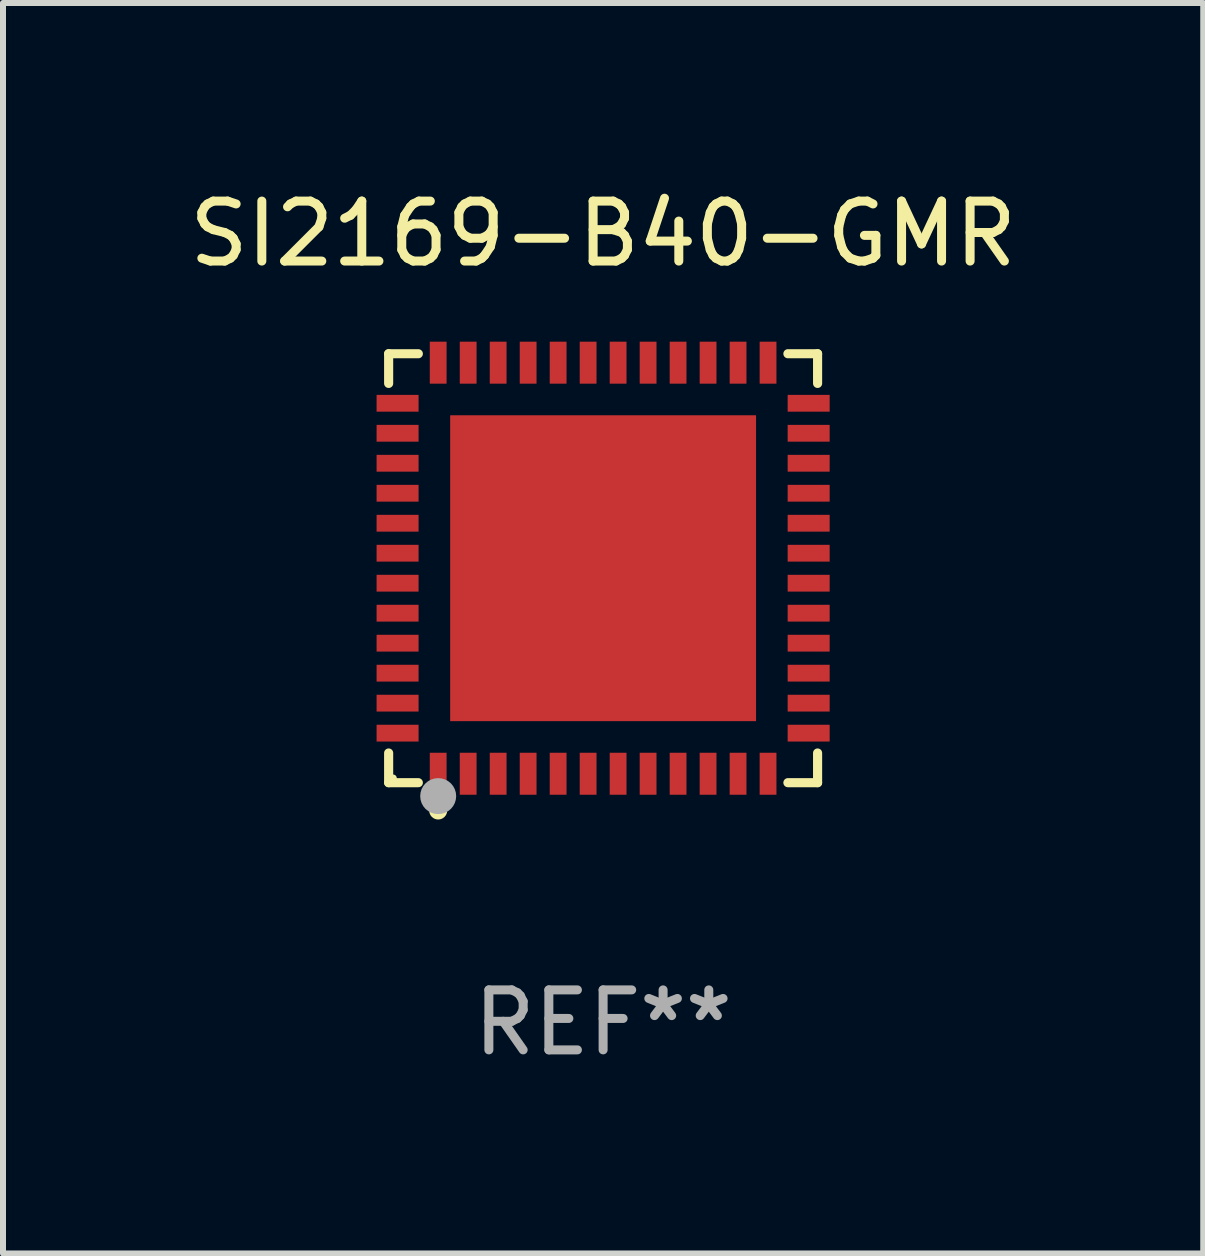
<source format=kicad_pcb>
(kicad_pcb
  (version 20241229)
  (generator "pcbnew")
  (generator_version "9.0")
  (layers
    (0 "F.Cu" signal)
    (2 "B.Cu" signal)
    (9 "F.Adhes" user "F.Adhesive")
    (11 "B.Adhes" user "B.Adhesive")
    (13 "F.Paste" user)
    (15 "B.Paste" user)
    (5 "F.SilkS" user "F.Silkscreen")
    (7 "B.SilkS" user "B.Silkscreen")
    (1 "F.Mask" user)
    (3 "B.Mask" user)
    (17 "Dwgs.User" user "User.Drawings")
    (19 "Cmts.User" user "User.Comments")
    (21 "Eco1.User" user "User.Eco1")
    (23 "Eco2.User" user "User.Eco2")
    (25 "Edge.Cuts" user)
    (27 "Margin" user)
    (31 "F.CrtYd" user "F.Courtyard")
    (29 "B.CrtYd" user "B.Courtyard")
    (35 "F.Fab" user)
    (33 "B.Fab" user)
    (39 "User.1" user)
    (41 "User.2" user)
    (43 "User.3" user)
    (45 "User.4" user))
  (footprint "SI2169-B40-GMR"
    (layer "F.Cu")
    (at 7.006 6.424)
    (property "Reference" "SI2169-B40-GMR" (at 0 -5.576 0) (layer "F.SilkS") (effects (font (size 1 1) (thickness 0.15))))
    (attr through_hole)
    (fp_line (start -3.576 -3.576) (end -3.081 -3.576) (stroke (width 0.152) (type solid)) (layer "F.SilkS"))
    (fp_line (start -3.576 -3.081) (end -3.576 -3.576) (stroke (width 0.152) (type solid)) (layer "F.SilkS"))
    (fp_line (start -3.576 3.081) (end -3.576 3.576) (stroke (width 0.152) (type solid)) (layer "F.SilkS"))
    (fp_line (start -3.576 3.576) (end -3.081 3.576) (stroke (width 0.152) (type solid)) (layer "F.SilkS"))
    (fp_line (start 3.576 -3.576) (end 3.081 -3.576) (stroke (width 0.152) (type solid)) (layer "F.SilkS"))
    (fp_line (start 3.576 -3.081) (end 3.576 -3.576) (stroke (width 0.152) (type solid)) (layer "F.SilkS"))
    (fp_line (start 3.576 3.081) (end 3.576 3.576) (stroke (width 0.152) (type solid)) (layer "F.SilkS"))
    (fp_line (start 3.576 3.576) (end 3.081 3.576) (stroke (width 0.152) (type solid)) (layer "F.SilkS"))
    (fp_circle (center -3.5 3.5) (end -3.47 3.5) (stroke (width 0.06) (type solid)) (fill no) (layer "F.SilkS"))
    (fp_circle (center -2.75 4.04) (end -2.675 4.04) (stroke (width 0.15) (type solid)) (fill no) (layer "F.SilkS"))
    (fp_circle (center -2.75 3.8) (end -2.6 3.8) (stroke (width 0.3) (type solid)) (fill no) (layer "F.Fab"))
    (fp_text user "REF**" (at 0 7.576 0) (layer "F.Fab") (effects (font (size 1 1) (thickness 0.15))))
    (pad "1" smd rect (at -2.75 3.427) (size 0.28 0.7) (layers "F.Cu" "F.Mask" "F.Paste"))
    (pad "2" smd rect (at -2.25 3.427) (size 0.28 0.7) (layers "F.Cu" "F.Mask" "F.Paste"))
    (pad "3" smd rect (at -1.75 3.427) (size 0.28 0.7) (layers "F.Cu" "F.Mask" "F.Paste"))
    (pad "4" smd rect (at -1.25 3.427) (size 0.28 0.7) (layers "F.Cu" "F.Mask" "F.Paste"))
    (pad "5" smd rect (at -0.75 3.427) (size 0.28 0.7) (layers "F.Cu" "F.Mask" "F.Paste"))
    (pad "6" smd rect (at -0.25 3.427) (size 0.28 0.7) (layers "F.Cu" "F.Mask" "F.Paste"))
    (pad "7" smd rect (at 0.25 3.427) (size 0.28 0.7) (layers "F.Cu" "F.Mask" "F.Paste"))
    (pad "8" smd rect (at 0.75 3.427) (size 0.28 0.7) (layers "F.Cu" "F.Mask" "F.Paste"))
    (pad "9" smd rect (at 1.25 3.427) (size 0.28 0.7) (layers "F.Cu" "F.Mask" "F.Paste"))
    (pad "10" smd rect (at 1.75 3.427) (size 0.28 0.7) (layers "F.Cu" "F.Mask" "F.Paste"))
    (pad "11" smd rect (at 2.25 3.427) (size 0.28 0.7) (layers "F.Cu" "F.Mask" "F.Paste"))
    (pad "12" smd rect (at 2.75 3.427) (size 0.28 0.7) (layers "F.Cu" "F.Mask" "F.Paste"))
    (pad "13" smd rect (at 3.427 2.75) (size 0.7 0.28) (layers "F.Cu" "F.Mask" "F.Paste"))
    (pad "14" smd rect (at 3.427 2.25) (size 0.7 0.28) (layers "F.Cu" "F.Mask" "F.Paste"))
    (pad "15" smd rect (at 3.427 1.75) (size 0.7 0.28) (layers "F.Cu" "F.Mask" "F.Paste"))
    (pad "16" smd rect (at 3.427 1.25) (size 0.7 0.28) (layers "F.Cu" "F.Mask" "F.Paste"))
    (pad "17" smd rect (at 3.427 0.75) (size 0.7 0.28) (layers "F.Cu" "F.Mask" "F.Paste"))
    (pad "18" smd rect (at 3.427 0.25) (size 0.7 0.28) (layers "F.Cu" "F.Mask" "F.Paste"))
    (pad "19" smd rect (at 3.427 -0.25) (size 0.7 0.28) (layers "F.Cu" "F.Mask" "F.Paste"))
    (pad "20" smd rect (at 3.427 -0.75) (size 0.7 0.28) (layers "F.Cu" "F.Mask" "F.Paste"))
    (pad "21" smd rect (at 3.427 -1.25) (size 0.7 0.28) (layers "F.Cu" "F.Mask" "F.Paste"))
    (pad "22" smd rect (at 3.427 -1.75) (size 0.7 0.28) (layers "F.Cu" "F.Mask" "F.Paste"))
    (pad "23" smd rect (at 3.427 -2.25) (size 0.7 0.28) (layers "F.Cu" "F.Mask" "F.Paste"))
    (pad "24" smd rect (at 3.427 -2.75) (size 0.7 0.28) (layers "F.Cu" "F.Mask" "F.Paste"))
    (pad "25" smd rect (at 2.75 -3.427) (size 0.28 0.7) (layers "F.Cu" "F.Mask" "F.Paste"))
    (pad "26" smd rect (at 2.25 -3.427) (size 0.28 0.7) (layers "F.Cu" "F.Mask" "F.Paste"))
    (pad "27" smd rect (at 1.75 -3.427) (size 0.28 0.7) (layers "F.Cu" "F.Mask" "F.Paste"))
    (pad "28" smd rect (at 1.25 -3.427) (size 0.28 0.7) (layers "F.Cu" "F.Mask" "F.Paste"))
    (pad "29" smd rect (at 0.75 -3.427) (size 0.28 0.7) (layers "F.Cu" "F.Mask" "F.Paste"))
    (pad "30" smd rect (at 0.25 -3.427) (size 0.28 0.7) (layers "F.Cu" "F.Mask" "F.Paste"))
    (pad "31" smd rect (at -0.25 -3.427) (size 0.28 0.7) (layers "F.Cu" "F.Mask" "F.Paste"))
    (pad "32" smd rect (at -0.75 -3.427) (size 0.28 0.7) (layers "F.Cu" "F.Mask" "F.Paste"))
    (pad "33" smd rect (at -1.25 -3.427) (size 0.28 0.7) (layers "F.Cu" "F.Mask" "F.Paste"))
    (pad "34" smd rect (at -1.75 -3.427) (size 0.28 0.7) (layers "F.Cu" "F.Mask" "F.Paste"))
    (pad "35" smd rect (at -2.25 -3.427) (size 0.28 0.7) (layers "F.Cu" "F.Mask" "F.Paste"))
    (pad "36" smd rect (at -2.75 -3.427) (size 0.28 0.7) (layers "F.Cu" "F.Mask" "F.Paste"))
    (pad "37" smd rect (at -3.427 -2.75) (size 0.7 0.28) (layers "F.Cu" "F.Mask" "F.Paste"))
    (pad "38" smd rect (at -3.427 -2.25) (size 0.7 0.28) (layers "F.Cu" "F.Mask" "F.Paste"))
    (pad "39" smd rect (at -3.427 -1.75) (size 0.7 0.28) (layers "F.Cu" "F.Mask" "F.Paste"))
    (pad "40" smd rect (at -3.427 -1.25) (size 0.7 0.28) (layers "F.Cu" "F.Mask" "F.Paste"))
    (pad "41" smd rect (at -3.427 -0.75) (size 0.7 0.28) (layers "F.Cu" "F.Mask" "F.Paste"))
    (pad "42" smd rect (at -3.427 -0.25) (size 0.7 0.28) (layers "F.Cu" "F.Mask" "F.Paste"))
    (pad "43" smd rect (at -3.427 0.25) (size 0.7 0.28) (layers "F.Cu" "F.Mask" "F.Paste"))
    (pad "44" smd rect (at -3.427 0.75) (size 0.7 0.28) (layers "F.Cu" "F.Mask" "F.Paste"))
    (pad "45" smd rect (at -3.427 1.25) (size 0.7 0.28) (layers "F.Cu" "F.Mask" "F.Paste"))
    (pad "46" smd rect (at -3.427 1.75) (size 0.7 0.28) (layers "F.Cu" "F.Mask" "F.Paste"))
    (pad "47" smd rect (at -3.427 2.25) (size 0.7 0.28) (layers "F.Cu" "F.Mask" "F.Paste"))
    (pad "48" smd rect (at -3.427 2.75) (size 0.7 0.28) (layers "F.Cu" "F.Mask" "F.Paste"))
    (pad "49" smd rect (at 0 0) (size 5.1 5.1) (layers "F.Cu" "F.Mask" "F.Paste")))
  (gr_rect
    (start -3 -3)
    (end 17.012 17.849)
    (stroke (width 0.1) (type default))
    (fill no)
    (layer "Edge.Cuts")))
</source>
